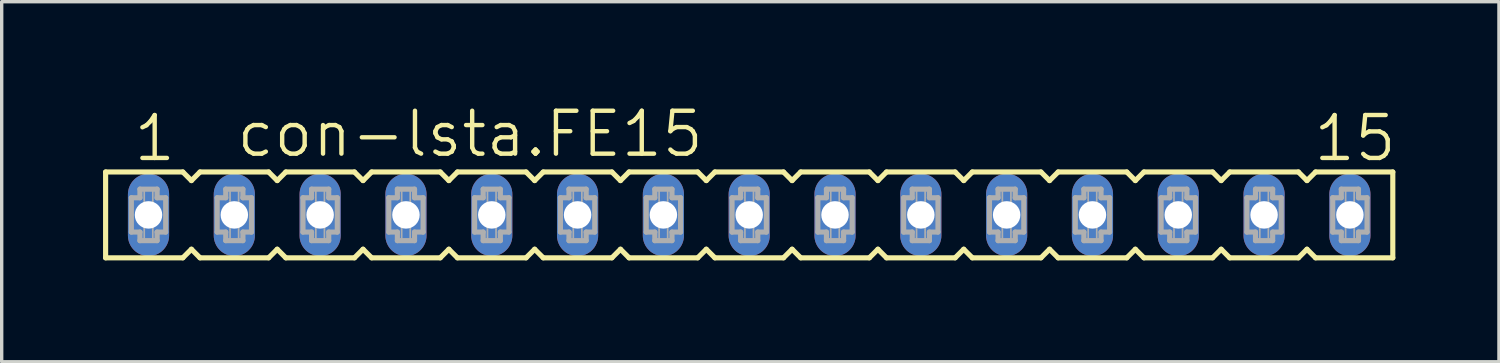
<source format=kicad_pcb>
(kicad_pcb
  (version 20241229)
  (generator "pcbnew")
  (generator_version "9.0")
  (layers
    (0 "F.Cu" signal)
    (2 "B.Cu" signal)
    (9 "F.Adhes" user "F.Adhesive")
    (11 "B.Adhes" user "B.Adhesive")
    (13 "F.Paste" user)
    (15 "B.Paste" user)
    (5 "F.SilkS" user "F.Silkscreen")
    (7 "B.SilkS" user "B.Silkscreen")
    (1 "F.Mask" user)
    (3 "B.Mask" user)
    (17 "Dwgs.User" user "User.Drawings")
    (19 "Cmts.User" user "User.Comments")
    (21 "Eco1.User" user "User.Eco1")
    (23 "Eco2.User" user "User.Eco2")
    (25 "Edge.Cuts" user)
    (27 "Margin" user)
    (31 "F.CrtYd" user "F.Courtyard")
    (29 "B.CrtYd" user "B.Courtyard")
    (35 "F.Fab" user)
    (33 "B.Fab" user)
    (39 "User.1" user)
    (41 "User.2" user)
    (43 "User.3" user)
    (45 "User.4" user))
  (footprint "con-lsta.FE15"
    (layer "F.Cu")
    (at 19.126 3.311)
    (property "Reference" "con-lsta.FE15" (at -15.24 -1.651 0) (layer "F.SilkS") (effects (font (size 1.27 1.27) (thickness 0.13)) (justify left bottom)))
    (attr through_hole)
    (fp_line (start -19.05 -1.27) (end -19.05 1.27) (stroke (width 0.152) (type default)) (layer "F.SilkS"))
    (fp_line (start -19.05 1.27) (end -16.764 1.27) (stroke (width 0.152) (type default)) (layer "F.SilkS"))
    (fp_line (start -16.764 -1.27) (end -19.05 -1.27) (stroke (width 0.152) (type default)) (layer "F.SilkS"))
    (fp_line (start -16.764 1.27) (end -16.51 1.016) (stroke (width 0.152) (type default)) (layer "F.SilkS"))
    (fp_line (start -16.51 -1.016) (end -16.764 -1.27) (stroke (width 0.152) (type default)) (layer "F.SilkS"))
    (fp_line (start -16.51 1.016) (end -16.256 1.27) (stroke (width 0.152) (type default)) (layer "F.SilkS"))
    (fp_line (start -16.256 -1.27) (end -16.51 -1.016) (stroke (width 0.152) (type default)) (layer "F.SilkS"))
    (fp_line (start -16.256 1.27) (end -14.224 1.27) (stroke (width 0.152) (type default)) (layer "F.SilkS"))
    (fp_line (start -14.224 -1.27) (end -16.256 -1.27) (stroke (width 0.152) (type default)) (layer "F.SilkS"))
    (fp_line (start -14.224 1.27) (end -13.97 1.016) (stroke (width 0.152) (type default)) (layer "F.SilkS"))
    (fp_line (start -13.97 -1.016) (end -14.224 -1.27) (stroke (width 0.152) (type default)) (layer "F.SilkS"))
    (fp_line (start -13.97 1.016) (end -13.716 1.27) (stroke (width 0.152) (type default)) (layer "F.SilkS"))
    (fp_line (start -13.716 -1.27) (end -13.97 -1.016) (stroke (width 0.152) (type default)) (layer "F.SilkS"))
    (fp_line (start -13.716 1.27) (end -11.684 1.27) (stroke (width 0.152) (type default)) (layer "F.SilkS"))
    (fp_line (start -11.684 -1.27) (end -13.716 -1.27) (stroke (width 0.152) (type default)) (layer "F.SilkS"))
    (fp_line (start -11.684 1.27) (end -11.43 1.016) (stroke (width 0.152) (type default)) (layer "F.SilkS"))
    (fp_line (start -11.43 -1.016) (end -11.684 -1.27) (stroke (width 0.152) (type default)) (layer "F.SilkS"))
    (fp_line (start -11.43 1.016) (end -11.176 1.27) (stroke (width 0.152) (type default)) (layer "F.SilkS"))
    (fp_line (start -11.176 -1.27) (end -11.43 -1.016) (stroke (width 0.152) (type default)) (layer "F.SilkS"))
    (fp_line (start -11.176 1.27) (end -9.144 1.27) (stroke (width 0.152) (type default)) (layer "F.SilkS"))
    (fp_line (start -9.144 -1.27) (end -11.176 -1.27) (stroke (width 0.152) (type default)) (layer "F.SilkS"))
    (fp_line (start -9.144 1.27) (end -8.89 1.016) (stroke (width 0.152) (type default)) (layer "F.SilkS"))
    (fp_line (start -8.89 -1.016) (end -9.144 -1.27) (stroke (width 0.152) (type default)) (layer "F.SilkS"))
    (fp_line (start -8.89 1.016) (end -8.636 1.27) (stroke (width 0.152) (type default)) (layer "F.SilkS"))
    (fp_line (start -8.636 -1.27) (end -8.89 -1.016) (stroke (width 0.152) (type default)) (layer "F.SilkS"))
    (fp_line (start -8.636 1.27) (end -6.604 1.27) (stroke (width 0.152) (type default)) (layer "F.SilkS"))
    (fp_line (start -6.604 -1.27) (end -8.636 -1.27) (stroke (width 0.152) (type default)) (layer "F.SilkS"))
    (fp_line (start -6.604 1.27) (end -6.35 1.016) (stroke (width 0.152) (type default)) (layer "F.SilkS"))
    (fp_line (start -6.35 -1.016) (end -6.604 -1.27) (stroke (width 0.152) (type default)) (layer "F.SilkS"))
    (fp_line (start -6.35 1.016) (end -6.096 1.27) (stroke (width 0.152) (type default)) (layer "F.SilkS"))
    (fp_line (start -6.096 -1.27) (end -6.35 -1.016) (stroke (width 0.152) (type default)) (layer "F.SilkS"))
    (fp_line (start -6.096 1.27) (end -4.064 1.27) (stroke (width 0.152) (type default)) (layer "F.SilkS"))
    (fp_line (start -4.064 -1.27) (end -6.096 -1.27) (stroke (width 0.152) (type default)) (layer "F.SilkS"))
    (fp_line (start -4.064 1.27) (end -3.81 1.016) (stroke (width 0.152) (type default)) (layer "F.SilkS"))
    (fp_line (start -3.81 -1.016) (end -4.064 -1.27) (stroke (width 0.152) (type default)) (layer "F.SilkS"))
    (fp_line (start -3.81 1.016) (end -3.556 1.27) (stroke (width 0.152) (type default)) (layer "F.SilkS"))
    (fp_line (start -3.556 -1.27) (end -3.81 -1.016) (stroke (width 0.152) (type default)) (layer "F.SilkS"))
    (fp_line (start -3.556 1.27) (end -1.524 1.27) (stroke (width 0.152) (type default)) (layer "F.SilkS"))
    (fp_line (start -1.524 -1.27) (end -3.556 -1.27) (stroke (width 0.152) (type default)) (layer "F.SilkS"))
    (fp_line (start -1.524 1.27) (end -1.27 1.016) (stroke (width 0.152) (type default)) (layer "F.SilkS"))
    (fp_line (start -1.27 -1.016) (end -1.524 -1.27) (stroke (width 0.152) (type default)) (layer "F.SilkS"))
    (fp_line (start -1.27 1.016) (end -1.016 1.27) (stroke (width 0.152) (type default)) (layer "F.SilkS"))
    (fp_line (start -1.016 -1.27) (end -1.27 -1.016) (stroke (width 0.152) (type default)) (layer "F.SilkS"))
    (fp_line (start -1.016 1.27) (end 1.016 1.27) (stroke (width 0.152) (type default)) (layer "F.SilkS"))
    (fp_line (start 1.016 -1.27) (end -1.016 -1.27) (stroke (width 0.152) (type default)) (layer "F.SilkS"))
    (fp_line (start 1.016 1.27) (end 1.27 1.016) (stroke (width 0.152) (type default)) (layer "F.SilkS"))
    (fp_line (start 1.27 -1.016) (end 1.016 -1.27) (stroke (width 0.152) (type default)) (layer "F.SilkS"))
    (fp_line (start 1.27 1.016) (end 1.524 1.27) (stroke (width 0.152) (type default)) (layer "F.SilkS"))
    (fp_line (start 1.524 -1.27) (end 1.27 -1.016) (stroke (width 0.152) (type default)) (layer "F.SilkS"))
    (fp_line (start 1.524 1.27) (end 3.556 1.27) (stroke (width 0.152) (type default)) (layer "F.SilkS"))
    (fp_line (start 3.556 -1.27) (end 1.524 -1.27) (stroke (width 0.152) (type default)) (layer "F.SilkS"))
    (fp_line (start 3.556 1.27) (end 3.81 1.016) (stroke (width 0.152) (type default)) (layer "F.SilkS"))
    (fp_line (start 3.81 -1.016) (end 3.556 -1.27) (stroke (width 0.152) (type default)) (layer "F.SilkS"))
    (fp_line (start 3.81 1.016) (end 4.064 1.27) (stroke (width 0.152) (type default)) (layer "F.SilkS"))
    (fp_line (start 4.064 -1.27) (end 3.81 -1.016) (stroke (width 0.152) (type default)) (layer "F.SilkS"))
    (fp_line (start 4.064 1.27) (end 6.096 1.27) (stroke (width 0.152) (type default)) (layer "F.SilkS"))
    (fp_line (start 6.096 -1.27) (end 4.064 -1.27) (stroke (width 0.152) (type default)) (layer "F.SilkS"))
    (fp_line (start 6.096 1.27) (end 6.35 1.016) (stroke (width 0.152) (type default)) (layer "F.SilkS"))
    (fp_line (start 6.35 -1.016) (end 6.096 -1.27) (stroke (width 0.152) (type default)) (layer "F.SilkS"))
    (fp_line (start 6.35 1.016) (end 6.604 1.27) (stroke (width 0.152) (type default)) (layer "F.SilkS"))
    (fp_line (start 6.604 -1.27) (end 6.35 -1.016) (stroke (width 0.152) (type default)) (layer "F.SilkS"))
    (fp_line (start 6.604 1.27) (end 8.636 1.27) (stroke (width 0.152) (type default)) (layer "F.SilkS"))
    (fp_line (start 8.636 -1.27) (end 6.604 -1.27) (stroke (width 0.152) (type default)) (layer "F.SilkS"))
    (fp_line (start 8.636 1.27) (end 8.89 1.016) (stroke (width 0.152) (type default)) (layer "F.SilkS"))
    (fp_line (start 8.89 -1.016) (end 8.636 -1.27) (stroke (width 0.152) (type default)) (layer "F.SilkS"))
    (fp_line (start 8.89 1.016) (end 9.144 1.27) (stroke (width 0.152) (type default)) (layer "F.SilkS"))
    (fp_line (start 9.144 -1.27) (end 8.89 -1.016) (stroke (width 0.152) (type default)) (layer "F.SilkS"))
    (fp_line (start 9.144 1.27) (end 11.176 1.27) (stroke (width 0.152) (type default)) (layer "F.SilkS"))
    (fp_line (start 11.176 -1.27) (end 9.144 -1.27) (stroke (width 0.152) (type default)) (layer "F.SilkS"))
    (fp_line (start 11.176 1.27) (end 11.43 1.016) (stroke (width 0.152) (type default)) (layer "F.SilkS"))
    (fp_line (start 11.43 -1.016) (end 11.176 -1.27) (stroke (width 0.152) (type default)) (layer "F.SilkS"))
    (fp_line (start 11.43 1.016) (end 11.684 1.27) (stroke (width 0.152) (type default)) (layer "F.SilkS"))
    (fp_line (start 11.684 -1.27) (end 11.43 -1.016) (stroke (width 0.152) (type default)) (layer "F.SilkS"))
    (fp_line (start 11.684 1.27) (end 13.716 1.27) (stroke (width 0.152) (type default)) (layer "F.SilkS"))
    (fp_line (start 13.716 -1.27) (end 11.684 -1.27) (stroke (width 0.152) (type default)) (layer "F.SilkS"))
    (fp_line (start 13.716 1.27) (end 13.97 1.016) (stroke (width 0.152) (type default)) (layer "F.SilkS"))
    (fp_line (start 13.97 -1.016) (end 13.716 -1.27) (stroke (width 0.152) (type default)) (layer "F.SilkS"))
    (fp_line (start 13.97 1.016) (end 14.224 1.27) (stroke (width 0.152) (type default)) (layer "F.SilkS"))
    (fp_line (start 14.224 -1.27) (end 13.97 -1.016) (stroke (width 0.152) (type default)) (layer "F.SilkS"))
    (fp_line (start 14.224 1.27) (end 16.256 1.27) (stroke (width 0.152) (type default)) (layer "F.SilkS"))
    (fp_line (start 16.256 -1.27) (end 14.224 -1.27) (stroke (width 0.152) (type default)) (layer "F.SilkS"))
    (fp_line (start 16.256 1.27) (end 16.51 1.016) (stroke (width 0.152) (type default)) (layer "F.SilkS"))
    (fp_line (start 16.51 -1.016) (end 16.256 -1.27) (stroke (width 0.152) (type default)) (layer "F.SilkS"))
    (fp_line (start 16.51 1.016) (end 16.764 1.27) (stroke (width 0.152) (type default)) (layer "F.SilkS"))
    (fp_line (start 16.764 -1.27) (end 16.51 -1.016) (stroke (width 0.152) (type default)) (layer "F.SilkS"))
    (fp_line (start 16.764 1.27) (end 19.05 1.27) (stroke (width 0.152) (type default)) (layer "F.SilkS"))
    (fp_line (start 19.05 -1.27) (end 16.764 -1.27) (stroke (width 0.152) (type default)) (layer "F.SilkS"))
    (fp_line (start 19.05 1.27) (end 19.05 -1.27) (stroke (width 0.152) (type default)) (layer "F.SilkS"))
    (fp_line (start -18.288 -0.508) (end -18.288 0.508) (stroke (width 0.152) (type default)) (layer "F.Fab"))
    (fp_line (start -18.288 0.508) (end -18.034 0.508) (stroke (width 0.152) (type default)) (layer "F.Fab"))
    (fp_line (start -18.034 -0.762) (end -18.034 -0.508) (stroke (width 0.152) (type default)) (layer "F.Fab"))
    (fp_line (start -18.034 -0.508) (end -18.288 -0.508) (stroke (width 0.152) (type default)) (layer "F.Fab"))
    (fp_line (start -18.034 0.508) (end -18.034 0.762) (stroke (width 0.152) (type default)) (layer "F.Fab"))
    (fp_line (start -18.034 0.762) (end -17.526 0.762) (stroke (width 0.152) (type default)) (layer "F.Fab"))
    (fp_line (start -17.526 -0.762) (end -18.034 -0.762) (stroke (width 0.152) (type default)) (layer "F.Fab"))
    (fp_line (start -17.526 -0.508) (end -17.526 -0.762) (stroke (width 0.152) (type default)) (layer "F.Fab"))
    (fp_line (start -17.526 0.508) (end -17.272 0.508) (stroke (width 0.152) (type default)) (layer "F.Fab"))
    (fp_line (start -17.526 0.762) (end -17.526 0.508) (stroke (width 0.152) (type default)) (layer "F.Fab"))
    (fp_line (start -17.272 -0.508) (end -17.526 -0.508) (stroke (width 0.152) (type default)) (layer "F.Fab"))
    (fp_line (start -17.272 0.508) (end -17.272 -0.508) (stroke (width 0.152) (type default)) (layer "F.Fab"))
    (fp_line (start -15.748 -0.508) (end -15.748 0.508) (stroke (width 0.152) (type default)) (layer "F.Fab"))
    (fp_line (start -15.748 0.508) (end -15.494 0.508) (stroke (width 0.152) (type default)) (layer "F.Fab"))
    (fp_line (start -15.494 -0.762) (end -15.494 -0.508) (stroke (width 0.152) (type default)) (layer "F.Fab"))
    (fp_line (start -15.494 -0.508) (end -15.748 -0.508) (stroke (width 0.152) (type default)) (layer "F.Fab"))
    (fp_line (start -15.494 0.508) (end -15.494 0.762) (stroke (width 0.152) (type default)) (layer "F.Fab"))
    (fp_line (start -15.494 0.762) (end -14.986 0.762) (stroke (width 0.152) (type default)) (layer "F.Fab"))
    (fp_line (start -14.986 -0.762) (end -15.494 -0.762) (stroke (width 0.152) (type default)) (layer "F.Fab"))
    (fp_line (start -14.986 -0.508) (end -14.986 -0.762) (stroke (width 0.152) (type default)) (layer "F.Fab"))
    (fp_line (start -14.986 0.508) (end -14.732 0.508) (stroke (width 0.152) (type default)) (layer "F.Fab"))
    (fp_line (start -14.986 0.762) (end -14.986 0.508) (stroke (width 0.152) (type default)) (layer "F.Fab"))
    (fp_line (start -14.732 -0.508) (end -14.986 -0.508) (stroke (width 0.152) (type default)) (layer "F.Fab"))
    (fp_line (start -14.732 0.508) (end -14.732 -0.508) (stroke (width 0.152) (type default)) (layer "F.Fab"))
    (fp_line (start -13.208 -0.508) (end -13.208 0.508) (stroke (width 0.152) (type default)) (layer "F.Fab"))
    (fp_line (start -13.208 0.508) (end -12.954 0.508) (stroke (width 0.152) (type default)) (layer "F.Fab"))
    (fp_line (start -12.954 -0.762) (end -12.954 -0.508) (stroke (width 0.152) (type default)) (layer "F.Fab"))
    (fp_line (start -12.954 -0.508) (end -13.208 -0.508) (stroke (width 0.152) (type default)) (layer "F.Fab"))
    (fp_line (start -12.954 0.508) (end -12.954 0.762) (stroke (width 0.152) (type default)) (layer "F.Fab"))
    (fp_line (start -12.954 0.762) (end -12.446 0.762) (stroke (width 0.152) (type default)) (layer "F.Fab"))
    (fp_line (start -12.446 -0.762) (end -12.954 -0.762) (stroke (width 0.152) (type default)) (layer "F.Fab"))
    (fp_line (start -12.446 -0.508) (end -12.446 -0.762) (stroke (width 0.152) (type default)) (layer "F.Fab"))
    (fp_line (start -12.446 0.508) (end -12.192 0.508) (stroke (width 0.152) (type default)) (layer "F.Fab"))
    (fp_line (start -12.446 0.762) (end -12.446 0.508) (stroke (width 0.152) (type default)) (layer "F.Fab"))
    (fp_line (start -12.192 -0.508) (end -12.446 -0.508) (stroke (width 0.152) (type default)) (layer "F.Fab"))
    (fp_line (start -12.192 0.508) (end -12.192 -0.508) (stroke (width 0.152) (type default)) (layer "F.Fab"))
    (fp_line (start -10.668 -0.508) (end -10.668 0.508) (stroke (width 0.152) (type default)) (layer "F.Fab"))
    (fp_line (start -10.668 0.508) (end -10.414 0.508) (stroke (width 0.152) (type default)) (layer "F.Fab"))
    (fp_line (start -10.414 -0.762) (end -10.414 -0.508) (stroke (width 0.152) (type default)) (layer "F.Fab"))
    (fp_line (start -10.414 -0.508) (end -10.668 -0.508) (stroke (width 0.152) (type default)) (layer "F.Fab"))
    (fp_line (start -10.414 0.508) (end -10.414 0.762) (stroke (width 0.152) (type default)) (layer "F.Fab"))
    (fp_line (start -10.414 0.762) (end -9.906 0.762) (stroke (width 0.152) (type default)) (layer "F.Fab"))
    (fp_line (start -9.906 -0.762) (end -10.414 -0.762) (stroke (width 0.152) (type default)) (layer "F.Fab"))
    (fp_line (start -9.906 -0.508) (end -9.906 -0.762) (stroke (width 0.152) (type default)) (layer "F.Fab"))
    (fp_line (start -9.906 0.508) (end -9.652 0.508) (stroke (width 0.152) (type default)) (layer "F.Fab"))
    (fp_line (start -9.906 0.762) (end -9.906 0.508) (stroke (width 0.152) (type default)) (layer "F.Fab"))
    (fp_line (start -9.652 -0.508) (end -9.906 -0.508) (stroke (width 0.152) (type default)) (layer "F.Fab"))
    (fp_line (start -9.652 0.508) (end -9.652 -0.508) (stroke (width 0.152) (type default)) (layer "F.Fab"))
    (fp_line (start -8.128 -0.508) (end -8.128 0.508) (stroke (width 0.152) (type default)) (layer "F.Fab"))
    (fp_line (start -8.128 0.508) (end -7.874 0.508) (stroke (width 0.152) (type default)) (layer "F.Fab"))
    (fp_line (start -7.874 -0.762) (end -7.874 -0.508) (stroke (width 0.152) (type default)) (layer "F.Fab"))
    (fp_line (start -7.874 -0.508) (end -8.128 -0.508) (stroke (width 0.152) (type default)) (layer "F.Fab"))
    (fp_line (start -7.874 0.508) (end -7.874 0.762) (stroke (width 0.152) (type default)) (layer "F.Fab"))
    (fp_line (start -7.874 0.762) (end -7.366 0.762) (stroke (width 0.152) (type default)) (layer "F.Fab"))
    (fp_line (start -7.366 -0.762) (end -7.874 -0.762) (stroke (width 0.152) (type default)) (layer "F.Fab"))
    (fp_line (start -7.366 -0.508) (end -7.366 -0.762) (stroke (width 0.152) (type default)) (layer "F.Fab"))
    (fp_line (start -7.366 0.508) (end -7.112 0.508) (stroke (width 0.152) (type default)) (layer "F.Fab"))
    (fp_line (start -7.366 0.762) (end -7.366 0.508) (stroke (width 0.152) (type default)) (layer "F.Fab"))
    (fp_line (start -7.112 -0.508) (end -7.366 -0.508) (stroke (width 0.152) (type default)) (layer "F.Fab"))
    (fp_line (start -7.112 0.508) (end -7.112 -0.508) (stroke (width 0.152) (type default)) (layer "F.Fab"))
    (fp_line (start -5.588 -0.508) (end -5.588 0.508) (stroke (width 0.152) (type default)) (layer "F.Fab"))
    (fp_line (start -5.588 0.508) (end -5.334 0.508) (stroke (width 0.152) (type default)) (layer "F.Fab"))
    (fp_line (start -5.334 -0.762) (end -5.334 -0.508) (stroke (width 0.152) (type default)) (layer "F.Fab"))
    (fp_line (start -5.334 -0.508) (end -5.588 -0.508) (stroke (width 0.152) (type default)) (layer "F.Fab"))
    (fp_line (start -5.334 0.508) (end -5.334 0.762) (stroke (width 0.152) (type default)) (layer "F.Fab"))
    (fp_line (start -5.334 0.762) (end -4.826 0.762) (stroke (width 0.152) (type default)) (layer "F.Fab"))
    (fp_line (start -4.826 -0.762) (end -5.334 -0.762) (stroke (width 0.152) (type default)) (layer "F.Fab"))
    (fp_line (start -4.826 -0.508) (end -4.826 -0.762) (stroke (width 0.152) (type default)) (layer "F.Fab"))
    (fp_line (start -4.826 0.508) (end -4.572 0.508) (stroke (width 0.152) (type default)) (layer "F.Fab"))
    (fp_line (start -4.826 0.762) (end -4.826 0.508) (stroke (width 0.152) (type default)) (layer "F.Fab"))
    (fp_line (start -4.572 -0.508) (end -4.826 -0.508) (stroke (width 0.152) (type default)) (layer "F.Fab"))
    (fp_line (start -4.572 0.508) (end -4.572 -0.508) (stroke (width 0.152) (type default)) (layer "F.Fab"))
    (fp_line (start -3.048 -0.508) (end -3.048 0.508) (stroke (width 0.152) (type default)) (layer "F.Fab"))
    (fp_line (start -3.048 0.508) (end -2.794 0.508) (stroke (width 0.152) (type default)) (layer "F.Fab"))
    (fp_line (start -2.794 -0.762) (end -2.794 -0.508) (stroke (width 0.152) (type default)) (layer "F.Fab"))
    (fp_line (start -2.794 -0.508) (end -3.048 -0.508) (stroke (width 0.152) (type default)) (layer "F.Fab"))
    (fp_line (start -2.794 0.508) (end -2.794 0.762) (stroke (width 0.152) (type default)) (layer "F.Fab"))
    (fp_line (start -2.794 0.762) (end -2.286 0.762) (stroke (width 0.152) (type default)) (layer "F.Fab"))
    (fp_line (start -2.286 -0.762) (end -2.794 -0.762) (stroke (width 0.152) (type default)) (layer "F.Fab"))
    (fp_line (start -2.286 -0.508) (end -2.286 -0.762) (stroke (width 0.152) (type default)) (layer "F.Fab"))
    (fp_line (start -2.286 0.508) (end -2.032 0.508) (stroke (width 0.152) (type default)) (layer "F.Fab"))
    (fp_line (start -2.286 0.762) (end -2.286 0.508) (stroke (width 0.152) (type default)) (layer "F.Fab"))
    (fp_line (start -2.032 -0.508) (end -2.286 -0.508) (stroke (width 0.152) (type default)) (layer "F.Fab"))
    (fp_line (start -2.032 0.508) (end -2.032 -0.508) (stroke (width 0.152) (type default)) (layer "F.Fab"))
    (fp_line (start -0.508 -0.508) (end -0.508 0.508) (stroke (width 0.152) (type default)) (layer "F.Fab"))
    (fp_line (start -0.508 0.508) (end -0.254 0.508) (stroke (width 0.152) (type default)) (layer "F.Fab"))
    (fp_line (start -0.254 -0.762) (end -0.254 -0.508) (stroke (width 0.152) (type default)) (layer "F.Fab"))
    (fp_line (start -0.254 -0.508) (end -0.508 -0.508) (stroke (width 0.152) (type default)) (layer "F.Fab"))
    (fp_line (start -0.254 0.508) (end -0.254 0.762) (stroke (width 0.152) (type default)) (layer "F.Fab"))
    (fp_line (start -0.254 0.762) (end 0.254 0.762) (stroke (width 0.152) (type default)) (layer "F.Fab"))
    (fp_line (start 0.254 -0.762) (end -0.254 -0.762) (stroke (width 0.152) (type default)) (layer "F.Fab"))
    (fp_line (start 0.254 -0.508) (end 0.254 -0.762) (stroke (width 0.152) (type default)) (layer "F.Fab"))
    (fp_line (start 0.254 0.508) (end 0.508 0.508) (stroke (width 0.152) (type default)) (layer "F.Fab"))
    (fp_line (start 0.254 0.762) (end 0.254 0.508) (stroke (width 0.152) (type default)) (layer "F.Fab"))
    (fp_line (start 0.508 -0.508) (end 0.254 -0.508) (stroke (width 0.152) (type default)) (layer "F.Fab"))
    (fp_line (start 0.508 0.508) (end 0.508 -0.508) (stroke (width 0.152) (type default)) (layer "F.Fab"))
    (fp_line (start 2.032 -0.508) (end 2.032 0.508) (stroke (width 0.152) (type default)) (layer "F.Fab"))
    (fp_line (start 2.032 0.508) (end 2.286 0.508) (stroke (width 0.152) (type default)) (layer "F.Fab"))
    (fp_line (start 2.286 -0.762) (end 2.286 -0.508) (stroke (width 0.152) (type default)) (layer "F.Fab"))
    (fp_line (start 2.286 -0.508) (end 2.032 -0.508) (stroke (width 0.152) (type default)) (layer "F.Fab"))
    (fp_line (start 2.286 0.508) (end 2.286 0.762) (stroke (width 0.152) (type default)) (layer "F.Fab"))
    (fp_line (start 2.286 0.762) (end 2.794 0.762) (stroke (width 0.152) (type default)) (layer "F.Fab"))
    (fp_line (start 2.794 -0.762) (end 2.286 -0.762) (stroke (width 0.152) (type default)) (layer "F.Fab"))
    (fp_line (start 2.794 -0.508) (end 2.794 -0.762) (stroke (width 0.152) (type default)) (layer "F.Fab"))
    (fp_line (start 2.794 0.508) (end 3.048 0.508) (stroke (width 0.152) (type default)) (layer "F.Fab"))
    (fp_line (start 2.794 0.762) (end 2.794 0.508) (stroke (width 0.152) (type default)) (layer "F.Fab"))
    (fp_line (start 3.048 -0.508) (end 2.794 -0.508) (stroke (width 0.152) (type default)) (layer "F.Fab"))
    (fp_line (start 3.048 0.508) (end 3.048 -0.508) (stroke (width 0.152) (type default)) (layer "F.Fab"))
    (fp_line (start 4.572 -0.508) (end 4.572 0.508) (stroke (width 0.152) (type default)) (layer "F.Fab"))
    (fp_line (start 4.572 0.508) (end 4.826 0.508) (stroke (width 0.152) (type default)) (layer "F.Fab"))
    (fp_line (start 4.826 -0.762) (end 4.826 -0.508) (stroke (width 0.152) (type default)) (layer "F.Fab"))
    (fp_line (start 4.826 -0.508) (end 4.572 -0.508) (stroke (width 0.152) (type default)) (layer "F.Fab"))
    (fp_line (start 4.826 0.508) (end 4.826 0.762) (stroke (width 0.152) (type default)) (layer "F.Fab"))
    (fp_line (start 4.826 0.762) (end 5.334 0.762) (stroke (width 0.152) (type default)) (layer "F.Fab"))
    (fp_line (start 5.334 -0.762) (end 4.826 -0.762) (stroke (width 0.152) (type default)) (layer "F.Fab"))
    (fp_line (start 5.334 -0.508) (end 5.334 -0.762) (stroke (width 0.152) (type default)) (layer "F.Fab"))
    (fp_line (start 5.334 0.508) (end 5.588 0.508) (stroke (width 0.152) (type default)) (layer "F.Fab"))
    (fp_line (start 5.334 0.762) (end 5.334 0.508) (stroke (width 0.152) (type default)) (layer "F.Fab"))
    (fp_line (start 5.588 -0.508) (end 5.334 -0.508) (stroke (width 0.152) (type default)) (layer "F.Fab"))
    (fp_line (start 5.588 0.508) (end 5.588 -0.508) (stroke (width 0.152) (type default)) (layer "F.Fab"))
    (fp_line (start 7.112 -0.508) (end 7.112 0.508) (stroke (width 0.152) (type default)) (layer "F.Fab"))
    (fp_line (start 7.112 0.508) (end 7.366 0.508) (stroke (width 0.152) (type default)) (layer "F.Fab"))
    (fp_line (start 7.366 -0.762) (end 7.366 -0.508) (stroke (width 0.152) (type default)) (layer "F.Fab"))
    (fp_line (start 7.366 -0.508) (end 7.112 -0.508) (stroke (width 0.152) (type default)) (layer "F.Fab"))
    (fp_line (start 7.366 0.508) (end 7.366 0.762) (stroke (width 0.152) (type default)) (layer "F.Fab"))
    (fp_line (start 7.366 0.762) (end 7.874 0.762) (stroke (width 0.152) (type default)) (layer "F.Fab"))
    (fp_line (start 7.874 -0.762) (end 7.366 -0.762) (stroke (width 0.152) (type default)) (layer "F.Fab"))
    (fp_line (start 7.874 -0.508) (end 7.874 -0.762) (stroke (width 0.152) (type default)) (layer "F.Fab"))
    (fp_line (start 7.874 0.508) (end 8.128 0.508) (stroke (width 0.152) (type default)) (layer "F.Fab"))
    (fp_line (start 7.874 0.762) (end 7.874 0.508) (stroke (width 0.152) (type default)) (layer "F.Fab"))
    (fp_line (start 8.128 -0.508) (end 7.874 -0.508) (stroke (width 0.152) (type default)) (layer "F.Fab"))
    (fp_line (start 8.128 0.508) (end 8.128 -0.508) (stroke (width 0.152) (type default)) (layer "F.Fab"))
    (fp_line (start 9.652 -0.508) (end 9.652 0.508) (stroke (width 0.152) (type default)) (layer "F.Fab"))
    (fp_line (start 9.652 0.508) (end 9.906 0.508) (stroke (width 0.152) (type default)) (layer "F.Fab"))
    (fp_line (start 9.906 -0.762) (end 9.906 -0.508) (stroke (width 0.152) (type default)) (layer "F.Fab"))
    (fp_line (start 9.906 -0.508) (end 9.652 -0.508) (stroke (width 0.152) (type default)) (layer "F.Fab"))
    (fp_line (start 9.906 0.508) (end 9.906 0.762) (stroke (width 0.152) (type default)) (layer "F.Fab"))
    (fp_line (start 9.906 0.762) (end 10.414 0.762) (stroke (width 0.152) (type default)) (layer "F.Fab"))
    (fp_line (start 10.414 -0.762) (end 9.906 -0.762) (stroke (width 0.152) (type default)) (layer "F.Fab"))
    (fp_line (start 10.414 -0.508) (end 10.414 -0.762) (stroke (width 0.152) (type default)) (layer "F.Fab"))
    (fp_line (start 10.414 0.508) (end 10.668 0.508) (stroke (width 0.152) (type default)) (layer "F.Fab"))
    (fp_line (start 10.414 0.762) (end 10.414 0.508) (stroke (width 0.152) (type default)) (layer "F.Fab"))
    (fp_line (start 10.668 -0.508) (end 10.414 -0.508) (stroke (width 0.152) (type default)) (layer "F.Fab"))
    (fp_line (start 10.668 0.508) (end 10.668 -0.508) (stroke (width 0.152) (type default)) (layer "F.Fab"))
    (fp_line (start 12.192 -0.508) (end 12.192 0.508) (stroke (width 0.152) (type default)) (layer "F.Fab"))
    (fp_line (start 12.192 0.508) (end 12.446 0.508) (stroke (width 0.152) (type default)) (layer "F.Fab"))
    (fp_line (start 12.446 -0.762) (end 12.446 -0.508) (stroke (width 0.152) (type default)) (layer "F.Fab"))
    (fp_line (start 12.446 -0.508) (end 12.192 -0.508) (stroke (width 0.152) (type default)) (layer "F.Fab"))
    (fp_line (start 12.446 0.508) (end 12.446 0.762) (stroke (width 0.152) (type default)) (layer "F.Fab"))
    (fp_line (start 12.446 0.762) (end 12.954 0.762) (stroke (width 0.152) (type default)) (layer "F.Fab"))
    (fp_line (start 12.954 -0.762) (end 12.446 -0.762) (stroke (width 0.152) (type default)) (layer "F.Fab"))
    (fp_line (start 12.954 -0.508) (end 12.954 -0.762) (stroke (width 0.152) (type default)) (layer "F.Fab"))
    (fp_line (start 12.954 0.508) (end 13.208 0.508) (stroke (width 0.152) (type default)) (layer "F.Fab"))
    (fp_line (start 12.954 0.762) (end 12.954 0.508) (stroke (width 0.152) (type default)) (layer "F.Fab"))
    (fp_line (start 13.208 -0.508) (end 12.954 -0.508) (stroke (width 0.152) (type default)) (layer "F.Fab"))
    (fp_line (start 13.208 0.508) (end 13.208 -0.508) (stroke (width 0.152) (type default)) (layer "F.Fab"))
    (fp_line (start 14.732 -0.508) (end 14.732 0.508) (stroke (width 0.152) (type default)) (layer "F.Fab"))
    (fp_line (start 14.732 0.508) (end 14.986 0.508) (stroke (width 0.152) (type default)) (layer "F.Fab"))
    (fp_line (start 14.986 -0.762) (end 14.986 -0.508) (stroke (width 0.152) (type default)) (layer "F.Fab"))
    (fp_line (start 14.986 -0.508) (end 14.732 -0.508) (stroke (width 0.152) (type default)) (layer "F.Fab"))
    (fp_line (start 14.986 0.508) (end 14.986 0.762) (stroke (width 0.152) (type default)) (layer "F.Fab"))
    (fp_line (start 14.986 0.762) (end 15.494 0.762) (stroke (width 0.152) (type default)) (layer "F.Fab"))
    (fp_line (start 15.494 -0.762) (end 14.986 -0.762) (stroke (width 0.152) (type default)) (layer "F.Fab"))
    (fp_line (start 15.494 -0.508) (end 15.494 -0.762) (stroke (width 0.152) (type default)) (layer "F.Fab"))
    (fp_line (start 15.494 0.508) (end 15.748 0.508) (stroke (width 0.152) (type default)) (layer "F.Fab"))
    (fp_line (start 15.494 0.762) (end 15.494 0.508) (stroke (width 0.152) (type default)) (layer "F.Fab"))
    (fp_line (start 15.748 -0.508) (end 15.494 -0.508) (stroke (width 0.152) (type default)) (layer "F.Fab"))
    (fp_line (start 15.748 0.508) (end 15.748 -0.508) (stroke (width 0.152) (type default)) (layer "F.Fab"))
    (fp_line (start 17.272 -0.508) (end 17.272 0.508) (stroke (width 0.152) (type default)) (layer "F.Fab"))
    (fp_line (start 17.272 0.508) (end 17.526 0.508) (stroke (width 0.152) (type default)) (layer "F.Fab"))
    (fp_line (start 17.526 -0.762) (end 17.526 -0.508) (stroke (width 0.152) (type default)) (layer "F.Fab"))
    (fp_line (start 17.526 -0.508) (end 17.272 -0.508) (stroke (width 0.152) (type default)) (layer "F.Fab"))
    (fp_line (start 17.526 0.508) (end 17.526 0.762) (stroke (width 0.152) (type default)) (layer "F.Fab"))
    (fp_line (start 17.526 0.762) (end 18.034 0.762) (stroke (width 0.152) (type default)) (layer "F.Fab"))
    (fp_line (start 18.034 -0.762) (end 17.526 -0.762) (stroke (width 0.152) (type default)) (layer "F.Fab"))
    (fp_line (start 18.034 -0.508) (end 18.034 -0.762) (stroke (width 0.152) (type default)) (layer "F.Fab"))
    (fp_line (start 18.034 0.508) (end 18.288 0.508) (stroke (width 0.152) (type default)) (layer "F.Fab"))
    (fp_line (start 18.034 0.762) (end 18.034 0.508) (stroke (width 0.152) (type default)) (layer "F.Fab"))
    (fp_line (start 18.288 -0.508) (end 18.034 -0.508) (stroke (width 0.152) (type default)) (layer "F.Fab"))
    (fp_line (start 18.288 0.508) (end 18.288 -0.508) (stroke (width 0.152) (type default)) (layer "F.Fab"))
    (fp_rect (start -17.907 -0.254) (end -17.653 -0.762) (stroke (width 0.05) (type default)) (fill no) (layer "F.Fab"))
    (fp_rect (start -17.907 0.762) (end -17.653 0.254) (stroke (width 0.05) (type default)) (fill no) (layer "F.Fab"))
    (fp_rect (start -15.367 -0.254) (end -15.113 -0.762) (stroke (width 0.05) (type default)) (fill no) (layer "F.Fab"))
    (fp_rect (start -15.367 0.762) (end -15.113 0.254) (stroke (width 0.05) (type default)) (fill no) (layer "F.Fab"))
    (fp_rect (start -12.827 -0.254) (end -12.573 -0.762) (stroke (width 0.05) (type default)) (fill no) (layer "F.Fab"))
    (fp_rect (start -12.827 0.762) (end -12.573 0.254) (stroke (width 0.05) (type default)) (fill no) (layer "F.Fab"))
    (fp_rect (start -10.287 -0.254) (end -10.033 -0.762) (stroke (width 0.05) (type default)) (fill no) (layer "F.Fab"))
    (fp_rect (start -10.287 0.762) (end -10.033 0.254) (stroke (width 0.05) (type default)) (fill no) (layer "F.Fab"))
    (fp_rect (start -7.747 -0.254) (end -7.493 -0.762) (stroke (width 0.05) (type default)) (fill no) (layer "F.Fab"))
    (fp_rect (start -7.747 0.762) (end -7.493 0.254) (stroke (width 0.05) (type default)) (fill no) (layer "F.Fab"))
    (fp_rect (start -5.207 -0.254) (end -4.953 -0.762) (stroke (width 0.05) (type default)) (fill no) (layer "F.Fab"))
    (fp_rect (start -5.207 0.762) (end -4.953 0.254) (stroke (width 0.05) (type default)) (fill no) (layer "F.Fab"))
    (fp_rect (start -2.667 -0.254) (end -2.413 -0.762) (stroke (width 0.05) (type default)) (fill no) (layer "F.Fab"))
    (fp_rect (start -2.667 0.762) (end -2.413 0.254) (stroke (width 0.05) (type default)) (fill no) (layer "F.Fab"))
    (fp_rect (start -0.127 -0.254) (end 0.127 -0.762) (stroke (width 0.05) (type default)) (fill no) (layer "F.Fab"))
    (fp_rect (start -0.127 0.762) (end 0.127 0.254) (stroke (width 0.05) (type default)) (fill no) (layer "F.Fab"))
    (fp_rect (start 2.413 -0.254) (end 2.667 -0.762) (stroke (width 0.05) (type default)) (fill no) (layer "F.Fab"))
    (fp_rect (start 2.413 0.762) (end 2.667 0.254) (stroke (width 0.05) (type default)) (fill no) (layer "F.Fab"))
    (fp_rect (start 4.953 -0.254) (end 5.207 -0.762) (stroke (width 0.05) (type default)) (fill no) (layer "F.Fab"))
    (fp_rect (start 4.953 0.762) (end 5.207 0.254) (stroke (width 0.05) (type default)) (fill no) (layer "F.Fab"))
    (fp_rect (start 7.493 -0.254) (end 7.747 -0.762) (stroke (width 0.05) (type default)) (fill no) (layer "F.Fab"))
    (fp_rect (start 7.493 0.762) (end 7.747 0.254) (stroke (width 0.05) (type default)) (fill no) (layer "F.Fab"))
    (fp_rect (start 10.033 -0.254) (end 10.287 -0.762) (stroke (width 0.05) (type default)) (fill no) (layer "F.Fab"))
    (fp_rect (start 10.033 0.762) (end 10.287 0.254) (stroke (width 0.05) (type default)) (fill no) (layer "F.Fab"))
    (fp_rect (start 12.573 -0.254) (end 12.827 -0.762) (stroke (width 0.05) (type default)) (fill no) (layer "F.Fab"))
    (fp_rect (start 12.573 0.762) (end 12.827 0.254) (stroke (width 0.05) (type default)) (fill no) (layer "F.Fab"))
    (fp_rect (start 15.113 -0.254) (end 15.367 -0.762) (stroke (width 0.05) (type default)) (fill no) (layer "F.Fab"))
    (fp_rect (start 15.113 0.762) (end 15.367 0.254) (stroke (width 0.05) (type default)) (fill no) (layer "F.Fab"))
    (fp_rect (start 17.653 -0.254) (end 17.907 -0.762) (stroke (width 0.05) (type default)) (fill no) (layer "F.Fab"))
    (fp_rect (start 17.653 0.762) (end 17.907 0.254) (stroke (width 0.05) (type default)) (fill no) (layer "F.Fab"))
    (fp_text user "1" (at -18.288 -1.524 0) (layer "F.SilkS") (effects (font (size 1.27 1.27) (thickness 0.13)) (justify left bottom)))
    (fp_text user "15" (at 16.637 -1.524 0) (layer "F.SilkS") (effects (font (size 1.27 1.27) (thickness 0.13)) (justify left bottom)))
    (pad "1" thru_hole oval (at -17.78 0 90) (size 2.438 1.219) (drill 0.813) (layers "*.Cu" "*.Mask"))
    (pad "2" thru_hole oval (at -15.24 0 90) (size 2.438 1.219) (drill 0.813) (layers "*.Cu" "*.Mask"))
    (pad "3" thru_hole oval (at -12.7 0 90) (size 2.438 1.219) (drill 0.813) (layers "*.Cu" "*.Mask"))
    (pad "4" thru_hole oval (at -10.16 0 90) (size 2.438 1.219) (drill 0.813) (layers "*.Cu" "*.Mask"))
    (pad "5" thru_hole oval (at -7.62 0 90) (size 2.438 1.219) (drill 0.813) (layers "*.Cu" "*.Mask"))
    (pad "6" thru_hole oval (at -5.08 0 90) (size 2.438 1.219) (drill 0.813) (layers "*.Cu" "*.Mask"))
    (pad "7" thru_hole oval (at -2.54 0 90) (size 2.438 1.219) (drill 0.813) (layers "*.Cu" "*.Mask"))
    (pad "8" thru_hole oval (at 0 0 90) (size 2.438 1.219) (drill 0.813) (layers "*.Cu" "*.Mask"))
    (pad "9" thru_hole oval (at 2.54 0 90) (size 2.438 1.219) (drill 0.813) (layers "*.Cu" "*.Mask"))
    (pad "10" thru_hole oval (at 5.08 0 90) (size 2.438 1.219) (drill 0.813) (layers "*.Cu" "*.Mask"))
    (pad "11" thru_hole oval (at 7.62 0 90) (size 2.438 1.219) (drill 0.813) (layers "*.Cu" "*.Mask"))
    (pad "12" thru_hole oval (at 10.16 0 90) (size 2.438 1.219) (drill 0.813) (layers "*.Cu" "*.Mask"))
    (pad "13" thru_hole oval (at 12.7 0 90) (size 2.438 1.219) (drill 0.813) (layers "*.Cu" "*.Mask"))
    (pad "14" thru_hole oval (at 15.24 0 90) (size 2.438 1.219) (drill 0.813) (layers "*.Cu" "*.Mask"))
    (pad "15" thru_hole oval (at 17.78 0 90) (size 2.438 1.219) (drill 0.813) (layers "*.Cu" "*.Mask")))
  (gr_rect
    (start -3 -3)
    (end 41.318 7.657)
    (stroke (width 0.1) (type default))
    (fill no)
    (layer "Edge.Cuts")))
</source>
